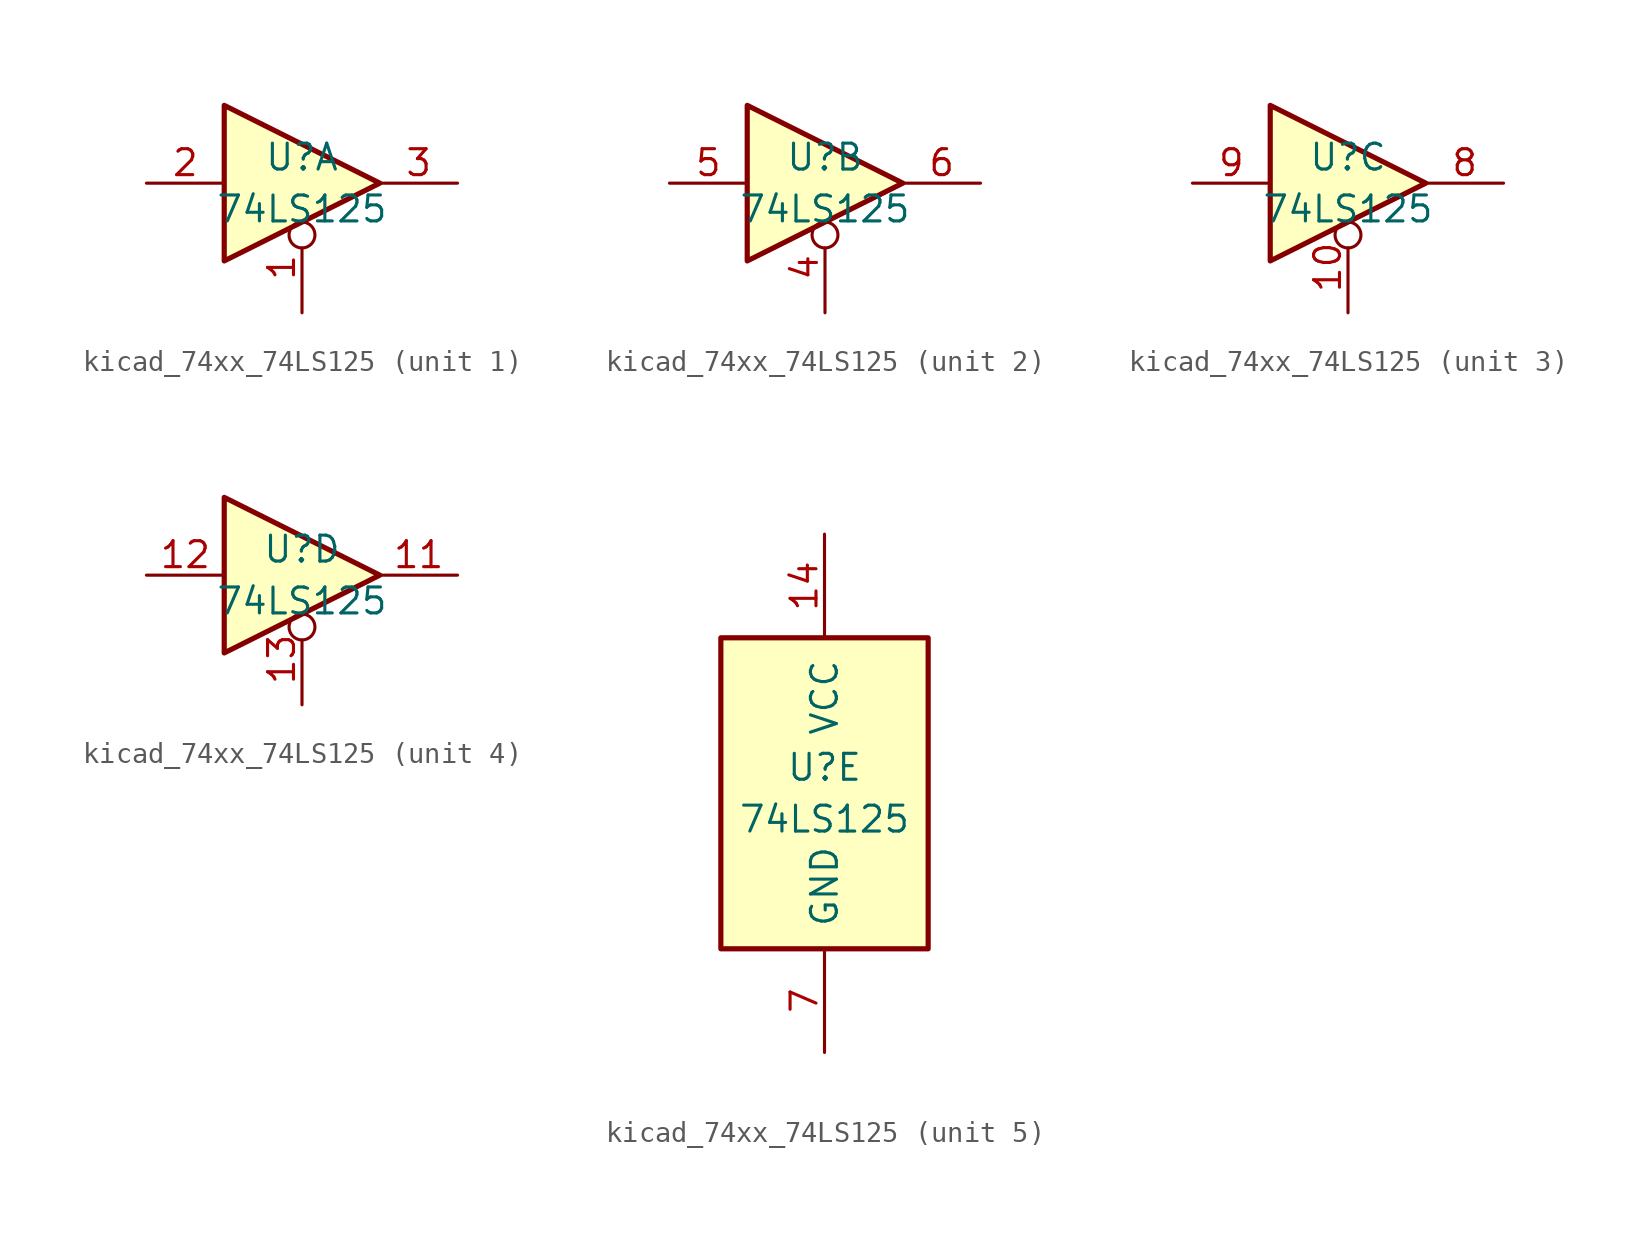
<source format=kicad_sym>
(kicad_symbol_lib
  (version 20220914)
  (generator kicad_symbol_editor)
  (symbol "kicad_74xx_74LS125"
    (pin_names
      (offset 1.016))
    (property "Reference" "U"
      (at 0 1.27 0)
      (effects (font (size 1.27 1.27))))
    (property "Value" "74LS125"
      (at 0 -1.27 0)
      (effects (font (size 1.27 1.27))))
    (property "ki_locked" ""
      (at 0 0 0)
      (effects (font (size 1.27 1.27))))
    (symbol "kicad_74xx_74LS125_1_0"
      (polyline (pts (xy -3.81 3.81) (xy -3.81 -3.81) (xy 3.81 0) (xy -3.81 3.81)) (stroke (width 0.254) (type default)) (fill (type background)))
      (pin input inverted (at 0 -6.35 90) (length 4.445) (name "~" (effects (font (size 1.27 1.27)))) (number "1" (effects (font (size 1.27 1.27)))))
      (pin input line (at -7.62 0 0) (length 3.81) (name "~" (effects (font (size 1.27 1.27)))) (number "2" (effects (font (size 1.27 1.27)))))
      (pin tri_state line (at 7.62 0 180) (length 3.81) (name "~" (effects (font (size 1.27 1.27)))) (number "3" (effects (font (size 1.27 1.27))))))
    (symbol "kicad_74xx_74LS125_2_0"
      (polyline (pts (xy -3.81 3.81) (xy -3.81 -3.81) (xy 3.81 0) (xy -3.81 3.81)) (stroke (width 0.254) (type default)) (fill (type background)))
      (pin input inverted (at 0 -6.35 90) (length 4.445) (name "~" (effects (font (size 1.27 1.27)))) (number "4" (effects (font (size 1.27 1.27)))))
      (pin input line (at -7.62 0 0) (length 3.81) (name "~" (effects (font (size 1.27 1.27)))) (number "5" (effects (font (size 1.27 1.27)))))
      (pin tri_state line (at 7.62 0 180) (length 3.81) (name "~" (effects (font (size 1.27 1.27)))) (number "6" (effects (font (size 1.27 1.27))))))
    (symbol "kicad_74xx_74LS125_3_0"
      (polyline (pts (xy -3.81 3.81) (xy -3.81 -3.81) (xy 3.81 0) (xy -3.81 3.81)) (stroke (width 0.254) (type default)) (fill (type background)))
      (pin input inverted (at 0 -6.35 90) (length 4.445) (name "~" (effects (font (size 1.27 1.27)))) (number "10" (effects (font (size 1.27 1.27)))))
      (pin tri_state line (at 7.62 0 180) (length 3.81) (name "~" (effects (font (size 1.27 1.27)))) (number "8" (effects (font (size 1.27 1.27)))))
      (pin input line (at -7.62 0 0) (length 3.81) (name "~" (effects (font (size 1.27 1.27)))) (number "9" (effects (font (size 1.27 1.27))))))
    (symbol "kicad_74xx_74LS125_4_0"
      (polyline (pts (xy -3.81 3.81) (xy -3.81 -3.81) (xy 3.81 0) (xy -3.81 3.81)) (stroke (width 0.254) (type default)) (fill (type background)))
      (pin tri_state line (at 7.62 0 180) (length 3.81) (name "~" (effects (font (size 1.27 1.27)))) (number "11" (effects (font (size 1.27 1.27)))))
      (pin input line (at -7.62 0 0) (length 3.81) (name "~" (effects (font (size 1.27 1.27)))) (number "12" (effects (font (size 1.27 1.27)))))
      (pin input inverted (at 0 -6.35 90) (length 4.445) (name "~" (effects (font (size 1.27 1.27)))) (number "13" (effects (font (size 1.27 1.27))))))
    (symbol "kicad_74xx_74LS125_5_0"
      (pin power_in line (at 0 12.7 270) (length 5.08) (name "VCC" (effects (font (size 1.27 1.27)))) (number "14" (effects (font (size 1.27 1.27)))))
      (pin power_in line (at 0 -12.7 90) (length 5.08) (name "GND" (effects (font (size 1.27 1.27)))) (number "7" (effects (font (size 1.27 1.27))))))
    (symbol "kicad_74xx_74LS125_5_1"
      (rectangle (start -5.08 7.62) (end 5.08 -7.62) (stroke (width 0.254) (type default)) (fill (type background))))))
</source>
